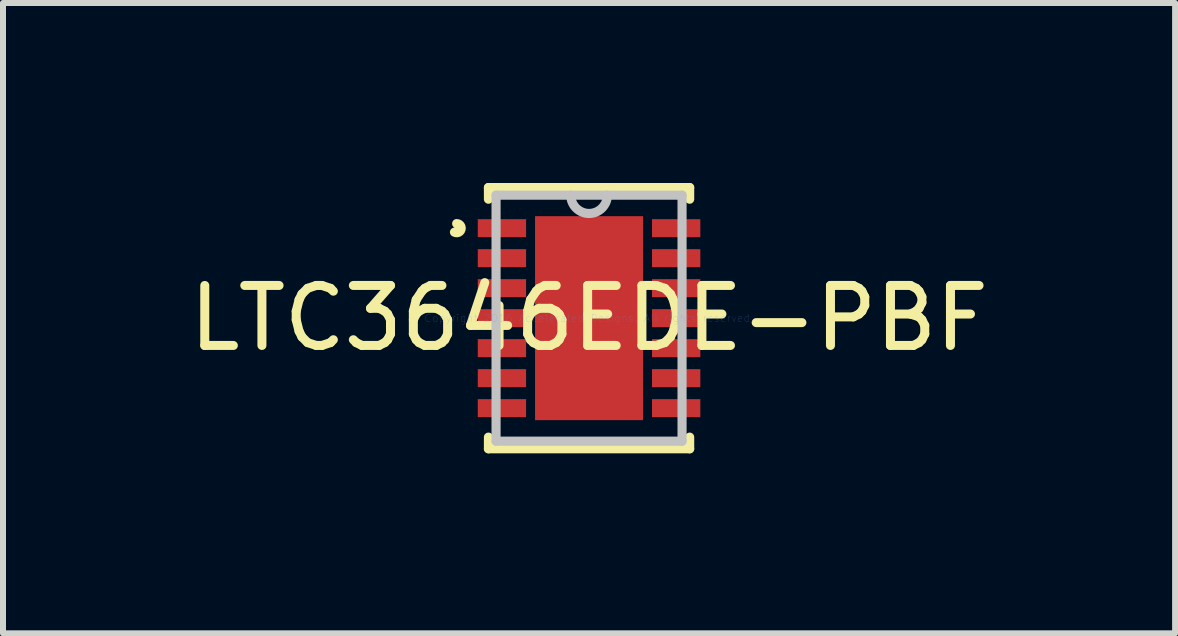
<source format=kicad_pcb>
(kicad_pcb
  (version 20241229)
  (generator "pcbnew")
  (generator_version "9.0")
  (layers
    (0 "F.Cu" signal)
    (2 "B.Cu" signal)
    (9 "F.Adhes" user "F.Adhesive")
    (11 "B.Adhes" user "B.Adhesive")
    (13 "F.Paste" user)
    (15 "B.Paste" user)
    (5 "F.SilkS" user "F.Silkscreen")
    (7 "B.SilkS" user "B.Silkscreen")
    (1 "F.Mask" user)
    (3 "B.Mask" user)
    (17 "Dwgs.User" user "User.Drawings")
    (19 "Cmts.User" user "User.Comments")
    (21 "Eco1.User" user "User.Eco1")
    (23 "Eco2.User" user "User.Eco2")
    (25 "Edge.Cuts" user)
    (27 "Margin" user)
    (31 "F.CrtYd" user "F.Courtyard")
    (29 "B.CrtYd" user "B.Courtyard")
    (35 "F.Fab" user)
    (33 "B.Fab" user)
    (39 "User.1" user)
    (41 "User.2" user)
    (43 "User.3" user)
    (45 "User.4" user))
  (footprint "LTC3646EDE-PBF"
    (layer "F.Cu")
    (at 6.768 2.253)
    (property "Reference" "LTC3646EDE-PBF" (at 0 0 0) (layer "F.SilkS") (effects (font (size 1 1) (thickness 0.15))))
    (attr through_hole)
    (fp_line (start -1.677 -2.177) (end -1.677 -1.983) (stroke (width 0.152) (type solid)) (layer "F.SilkS"))
    (fp_line (start -1.677 1.983) (end -1.677 2.177) (stroke (width 0.152) (type solid)) (layer "F.SilkS"))
    (fp_line (start -1.677 2.177) (end 1.677 2.177) (stroke (width 0.152) (type solid)) (layer "F.SilkS"))
    (fp_line (start 1.677 -2.177) (end -1.677 -2.177) (stroke (width 0.152) (type solid)) (layer "F.SilkS"))
    (fp_line (start 1.677 -1.983) (end 1.677 -2.177) (stroke (width 0.152) (type solid)) (layer "F.SilkS"))
    (fp_line (start 1.677 2.177) (end 1.677 1.983) (stroke (width 0.152) (type solid)) (layer "F.SilkS"))
    (fp_arc (start -2.2064 -1.5762) (mid -2.132571 -1.48114) (end -2.242947 -1.433136) (stroke (width 0.1524) (type solid)) (layer "F.SilkS"))
    (fp_line (start -1.55 -2.05) (end -1.55 2.05) (stroke (width 0.152) (type solid)) (layer "Dwgs.User"))
    (fp_line (start -1.55 2.05) (end 1.55 2.05) (stroke (width 0.152) (type solid)) (layer "Dwgs.User"))
    (fp_line (start 1.55 -2.05) (end -1.55 -2.05) (stroke (width 0.152) (type solid)) (layer "Dwgs.User"))
    (fp_line (start 1.55 2.05) (end 1.55 -2.05) (stroke (width 0.152) (type solid)) (layer "Dwgs.User"))
    (fp_arc (start 0.3048 -2.05) (mid 0 -1.7452) (end -0.3048 -2.05) (stroke (width 0.1524) (type solid)) (layer "Dwgs.User"))
    (fp_text user "Copyright 2016 Accelerated Designs. All rights reserved." (at 0 0 0) (layer "Cmts.User") (effects (font (size 0.127 0.127) (thickness 0.002))))
    (pad "1" smd rect (at -1.452 -1.5) (size 0.805 0.3) (layers "F.Cu" "F.Mask" "F.Paste"))
    (pad "2" smd rect (at -1.452 -1) (size 0.805 0.3) (layers "F.Cu" "F.Mask" "F.Paste"))
    (pad "3" smd rect (at -1.452 -0.5) (size 0.805 0.3) (layers "F.Cu" "F.Mask" "F.Paste"))
    (pad "4" smd rect (at -1.452 0) (size 0.805 0.3) (layers "F.Cu" "F.Mask" "F.Paste"))
    (pad "5" smd rect (at -1.452 0.5) (size 0.805 0.3) (layers "F.Cu" "F.Mask" "F.Paste"))
    (pad "6" smd rect (at -1.452 1) (size 0.805 0.3) (layers "F.Cu" "F.Mask" "F.Paste"))
    (pad "7" smd rect (at -1.452 1.5) (size 0.805 0.3) (layers "F.Cu" "F.Mask" "F.Paste"))
    (pad "8" smd rect (at 1.452 1.5) (size 0.805 0.3) (layers "F.Cu" "F.Mask" "F.Paste"))
    (pad "9" smd rect (at 1.452 1) (size 0.805 0.3) (layers "F.Cu" "F.Mask" "F.Paste"))
    (pad "10" smd rect (at 1.452 0.5) (size 0.805 0.3) (layers "F.Cu" "F.Mask" "F.Paste"))
    (pad "11" smd rect (at 1.452 0) (size 0.805 0.3) (layers "F.Cu" "F.Mask" "F.Paste"))
    (pad "12" smd rect (at 1.452 -0.5) (size 0.805 0.3) (layers "F.Cu" "F.Mask" "F.Paste"))
    (pad "13" smd rect (at 1.452 -1) (size 0.805 0.3) (layers "F.Cu" "F.Mask" "F.Paste"))
    (pad "14" smd rect (at 1.452 -1.5) (size 0.805 0.3) (layers "F.Cu" "F.Mask" "F.Paste"))
    (pad "15" smd rect (at 0 0) (size 1.8 3.4) (layers "F.Cu" "F.Mask" "F.Paste")))
  (gr_rect
    (start -3 -3)
    (end 16.536 7.506)
    (stroke (width 0.1) (type default))
    (fill no)
    (layer "Edge.Cuts")))
</source>
